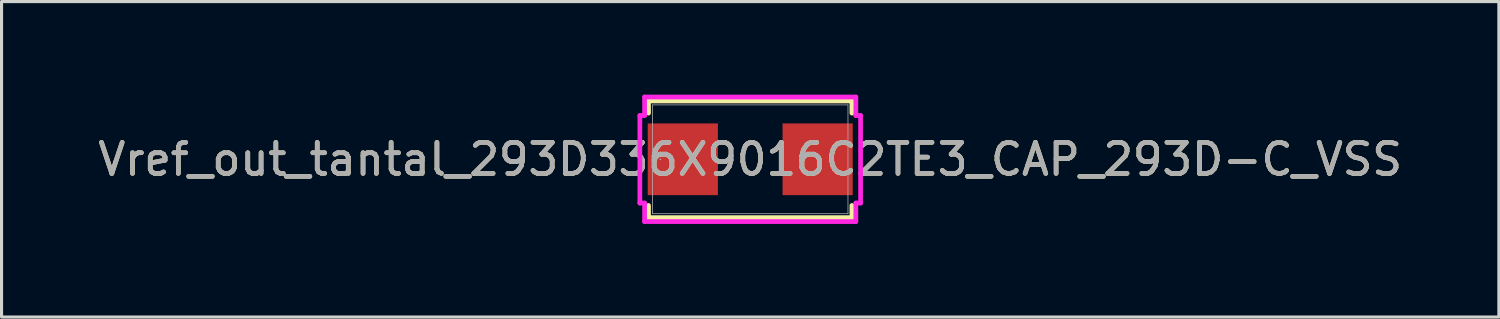
<source format=kicad_pcb>
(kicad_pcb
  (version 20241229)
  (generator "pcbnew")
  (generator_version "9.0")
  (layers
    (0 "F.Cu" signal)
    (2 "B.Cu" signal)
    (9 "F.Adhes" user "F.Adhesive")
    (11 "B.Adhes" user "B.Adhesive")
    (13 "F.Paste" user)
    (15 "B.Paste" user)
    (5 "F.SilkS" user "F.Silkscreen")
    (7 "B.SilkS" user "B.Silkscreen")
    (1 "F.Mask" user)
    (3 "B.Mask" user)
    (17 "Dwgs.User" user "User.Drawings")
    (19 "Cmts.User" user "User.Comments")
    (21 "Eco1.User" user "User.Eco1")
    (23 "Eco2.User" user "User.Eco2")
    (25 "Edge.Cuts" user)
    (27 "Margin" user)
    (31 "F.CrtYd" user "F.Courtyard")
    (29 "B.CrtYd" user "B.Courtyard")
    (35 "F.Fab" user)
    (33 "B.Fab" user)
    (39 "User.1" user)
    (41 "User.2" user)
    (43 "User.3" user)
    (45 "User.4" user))
  (footprint "Vref_out_tantal_293D336X9016C2TE3_CAP_293D-C_VSS"
    (layer "F.Cu")
    (at 21.125 2.083)
    (property "Reference" "Vref_out_tantal_293D336X9016C2TE3_CAP_293D-C_VSS" (at 0 0 0) (unlocked yes) (layer "F.SilkS") (effects (font (size 1 1) (thickness 0.15))))
    (attr smd)
    (fp_line (start -3.277 -1.88) (end -3.277 -1.488) (stroke (width 0.152) (type solid)) (layer "F.SilkS"))
    (fp_line (start -3.277 1.488) (end -3.277 1.88) (stroke (width 0.152) (type solid)) (layer "F.SilkS"))
    (fp_line (start -3.277 1.88) (end 3.277 1.88) (stroke (width 0.152) (type solid)) (layer "F.SilkS"))
    (fp_line (start 3.277 -1.88) (end -3.277 -1.88) (stroke (width 0.152) (type solid)) (layer "F.SilkS"))
    (fp_line (start 3.277 -1.488) (end 3.277 -1.88) (stroke (width 0.152) (type solid)) (layer "F.SilkS"))
    (fp_line (start 3.277 1.88) (end 3.277 1.488) (stroke (width 0.152) (type solid)) (layer "F.SilkS"))
    (fp_line (start -3.556 -1.41) (end -3.404 -1.41) (stroke (width 0.152) (type solid)) (layer "F.CrtYd"))
    (fp_line (start -3.556 1.41) (end -3.556 -1.41) (stroke (width 0.152) (type solid)) (layer "F.CrtYd"))
    (fp_line (start -3.404 -2.007) (end 3.404 -2.007) (stroke (width 0.152) (type solid)) (layer "F.CrtYd"))
    (fp_line (start -3.404 -1.41) (end -3.404 -2.007) (stroke (width 0.152) (type solid)) (layer "F.CrtYd"))
    (fp_line (start -3.404 1.41) (end -3.556 1.41) (stroke (width 0.152) (type solid)) (layer "F.CrtYd"))
    (fp_line (start -3.404 2.007) (end -3.404 1.41) (stroke (width 0.152) (type solid)) (layer "F.CrtYd"))
    (fp_line (start 3.404 -2.007) (end 3.404 -1.41) (stroke (width 0.152) (type solid)) (layer "F.CrtYd"))
    (fp_line (start 3.404 -1.41) (end 3.556 -1.41) (stroke (width 0.152) (type solid)) (layer "F.CrtYd"))
    (fp_line (start 3.404 1.41) (end 3.404 2.007) (stroke (width 0.152) (type solid)) (layer "F.CrtYd"))
    (fp_line (start 3.404 2.007) (end -3.404 2.007) (stroke (width 0.152) (type solid)) (layer "F.CrtYd"))
    (fp_line (start 3.556 -1.41) (end 3.556 1.41) (stroke (width 0.152) (type solid)) (layer "F.CrtYd"))
    (fp_line (start 3.556 1.41) (end 3.404 1.41) (stroke (width 0.152) (type solid)) (layer "F.CrtYd"))
    (fp_line (start -3.15 -1.753) (end -3.15 1.753) (stroke (width 0.025) (type solid)) (layer "F.Fab"))
    (fp_line (start -3.15 1.753) (end 3.15 1.753) (stroke (width 0.025) (type solid)) (layer "F.Fab"))
    (fp_line (start 3.15 -1.753) (end -3.15 -1.753) (stroke (width 0.025) (type solid)) (layer "F.Fab"))
    (fp_line (start 3.15 1.753) (end 3.15 -1.753) (stroke (width 0.025) (type solid)) (layer "F.Fab"))
    (fp_circle (center -2.896 0) (end -2.896 0) (stroke (width 0.025) (type solid)) (fill no) (layer "F.Fab"))
    (fp_text user "${REFERENCE}" (at 0 0 0) (unlocked yes) (layer "F.Fab") (effects (font (size 1 1) (thickness 0.15))))
    (pad "1" smd rect (at -2.172 0 90) (size 2.311 2.261) (layers "F.Cu" "F.Mask" "F.Paste"))
    (pad "2" smd rect (at 2.172 0 90) (size 2.311 2.261) (layers "F.Cu" "F.Mask" "F.Paste"))
    (zone (net_name "") (layer "F.Cu") (hatch full 0.508) (connect_pads) (min_thickness 0.254) (filled_areas_thickness no) (keepout (tracks not_allowed) (vias not_allowed) (pads allowed) (copperpour not_allowed) (footprints allowed)) (placement (enabled no)) (fill) (polygon (pts (xy 18.026 0.381) (xy 24.224 0.381) (xy 24.224 0.876) (xy 18.026 0.876))))
    (zone (net_name "") (layer "F.Cu") (hatch full 0.508) (connect_pads) (min_thickness 0.254) (filled_areas_thickness no) (keepout (tracks not_allowed) (vias not_allowed) (pads allowed) (copperpour not_allowed) (footprints allowed)) (placement (enabled no)) (fill) (polygon (pts (xy 18.026 3.289) (xy 24.224 3.289) (xy 24.224 3.785) (xy 18.026 3.785))))
    (zone (net_name "") (layer "F.Cu") (hatch full 0.508) (connect_pads) (min_thickness 0.254) (filled_areas_thickness no) (keepout (tracks not_allowed) (vias not_allowed) (pads allowed) (copperpour not_allowed) (footprints allowed)) (placement (enabled no)) (fill) (polygon (pts (xy 20.134 0.876) (xy 22.116 0.876) (xy 22.116 3.289) (xy 20.134 3.289)))))
  (gr_rect
    (start -3 -3)
    (end 45.25 7.166)
    (stroke (width 0.1) (type default))
    (fill no)
    (layer "Edge.Cuts")))
</source>
